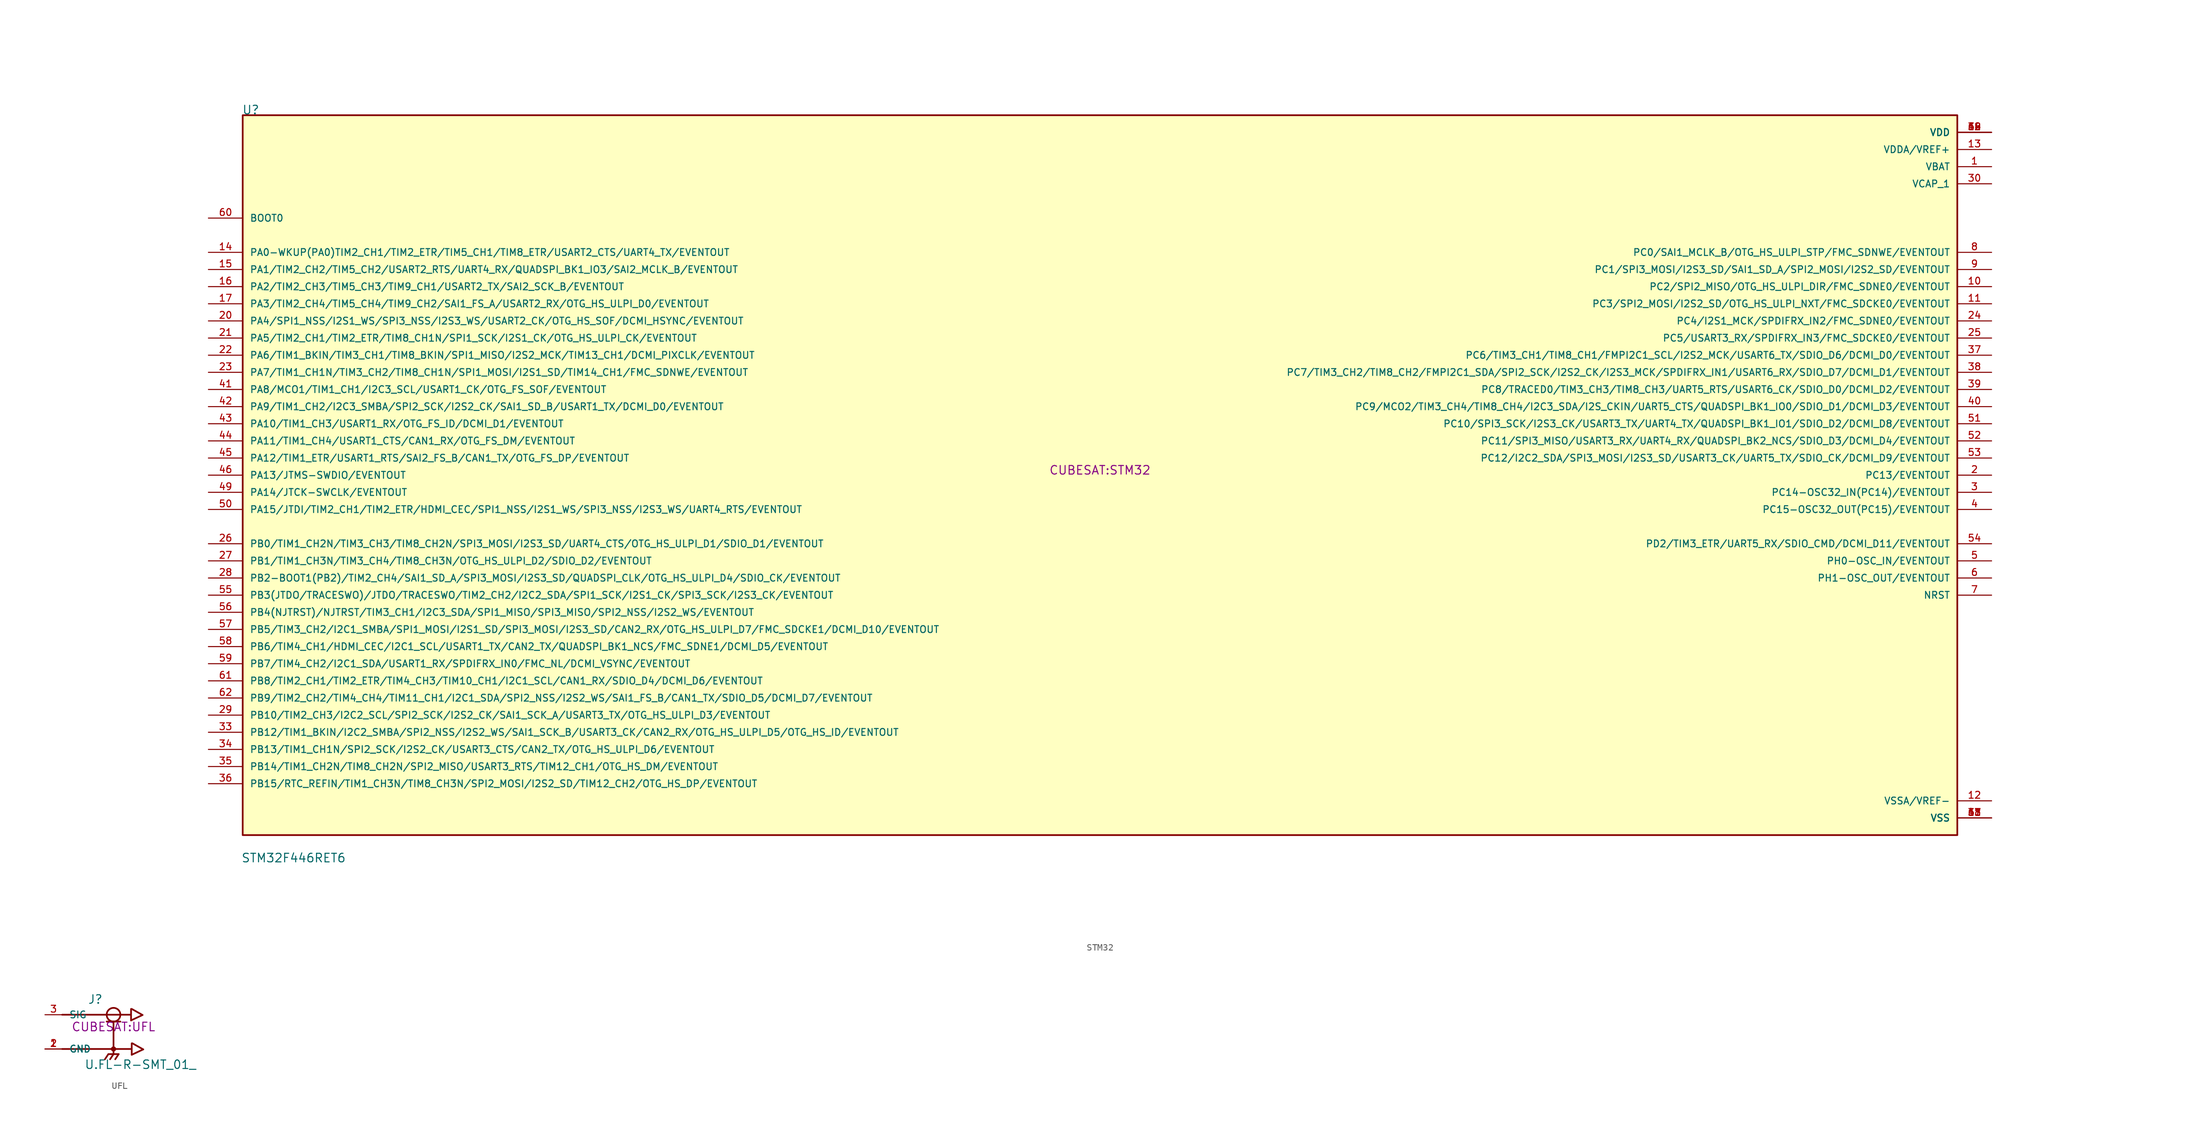
<source format=kicad_sym>
(kicad_symbol_lib
  (version 20220914)
  (generator kicad_symbol_editor)
  (symbol "STM32"
    (pin_names
      (offset 1.016))
    (property "Reference" "U"
      (at -127.107 53.385 0)
      (effects (font (size 1.27 1.27)) (justify left bottom)))
    (property "Value" "STM32F446RET6"
      (at -127.233 -55.983 0)
      (effects (font (size 1.27 1.27)) (justify left top)))
    (property "Footprint" "CUBESAT:STM32"
      (at 0 0 0)
      (effects (font (size 1.27 1.27)) (justify bottom)))
    (symbol "STM32_0_0"
      (rectangle (start -127 53.34) (end 127 -53.34) (stroke (width 0.254) (type default)) (fill (type background)))
      (pin power_in line (at 132.08 45.72 180) (length 5.08) (name "VBAT" (effects (font (size 1.016 1.016)))) (number "1" (effects (font (size 1.016 1.016)))))
      (pin bidirectional line (at 132.08 27.94 180) (length 5.08) (name "PC2/SPI2_MISO/OTG_HS_ULPI_DIR/FMC_SDNE0/EVENTOUT" (effects (font (size 1.016 1.016)))) (number "10" (effects (font (size 1.016 1.016)))))
      (pin bidirectional line (at 132.08 25.4 180) (length 5.08) (name "PC3/SPI2_MOSI/I2S2_SD/OTG_HS_ULPI_NXT/FMC_SDCKE0/EVENTOUT" (effects (font (size 1.016 1.016)))) (number "11" (effects (font (size 1.016 1.016)))))
      (pin power_in line (at 132.08 -48.26 180) (length 5.08) (name "VSSA/VREF-" (effects (font (size 1.016 1.016)))) (number "12" (effects (font (size 1.016 1.016)))))
      (pin power_in line (at 132.08 48.26 180) (length 5.08) (name "VDDA/VREF+" (effects (font (size 1.016 1.016)))) (number "13" (effects (font (size 1.016 1.016)))))
      (pin bidirectional line (at -132.08 33.02 0) (length 5.08) (name "PA0-WKUP(PA0)TIM2_CH1/TIM2_ETR/TIM5_CH1/TIM8_ETR/USART2_CTS/UART4_TX/EVENTOUT" (effects (font (size 1.016 1.016)))) (number "14" (effects (font (size 1.016 1.016)))))
      (pin bidirectional line (at -132.08 30.48 0) (length 5.08) (name "PA1/TIM2_CH2/TIM5_CH2/USART2_RTS/UART4_RX/QUADSPI_BK1_IO3/SAI2_MCLK_B/EVENTOUT" (effects (font (size 1.016 1.016)))) (number "15" (effects (font (size 1.016 1.016)))))
      (pin bidirectional line (at -132.08 27.94 0) (length 5.08) (name "PA2/TIM2_CH3/TIM5_CH3/TIM9_CH1/USART2_TX/SAI2_SCK_B/EVENTOUT" (effects (font (size 1.016 1.016)))) (number "16" (effects (font (size 1.016 1.016)))))
      (pin bidirectional line (at -132.08 25.4 0) (length 5.08) (name "PA3/TIM2_CH4/TIM5_CH4/TIM9_CH2/SAI1_FS_A/USART2_RX/OTG_HS_ULPI_D0/EVENTOUT" (effects (font (size 1.016 1.016)))) (number "17" (effects (font (size 1.016 1.016)))))
      (pin power_in line (at 132.08 -50.8 180) (length 5.08) (name "VSS" (effects (font (size 1.016 1.016)))) (number "18" (effects (font (size 1.016 1.016)))))
      (pin power_in line (at 132.08 50.8 180) (length 5.08) (name "VDD" (effects (font (size 1.016 1.016)))) (number "19" (effects (font (size 1.016 1.016)))))
      (pin bidirectional line (at 132.08 0 180) (length 5.08) (name "PC13/EVENTOUT" (effects (font (size 1.016 1.016)))) (number "2" (effects (font (size 1.016 1.016)))))
      (pin bidirectional line (at -132.08 22.86 0) (length 5.08) (name "PA4/SPI1_NSS/I2S1_WS/SPI3_NSS/I2S3_WS/USART2_CK/OTG_HS_SOF/DCMI_HSYNC/EVENTOUT" (effects (font (size 1.016 1.016)))) (number "20" (effects (font (size 1.016 1.016)))))
      (pin bidirectional line (at -132.08 20.32 0) (length 5.08) (name "PA5/TIM2_CH1/TIM2_ETR/TIM8_CH1N/SPI1_SCK/I2S1_CK/OTG_HS_ULPI_CK/EVENTOUT" (effects (font (size 1.016 1.016)))) (number "21" (effects (font (size 1.016 1.016)))))
      (pin bidirectional line (at -132.08 17.78 0) (length 5.08) (name "PA6/TIM1_BKIN/TIM3_CH1/TIM8_BKIN/SPI1_MISO/I2S2_MCK/TIM13_CH1/DCMI_PIXCLK/EVENTOUT" (effects (font (size 1.016 1.016)))) (number "22" (effects (font (size 1.016 1.016)))))
      (pin bidirectional line (at -132.08 15.24 0) (length 5.08) (name "PA7/TIM1_CH1N/TIM3_CH2/TIM8_CH1N/SPI1_MOSI/I2S1_SD/TIM14_CH1/FMC_SDNWE/EVENTOUT" (effects (font (size 1.016 1.016)))) (number "23" (effects (font (size 1.016 1.016)))))
      (pin bidirectional line (at 132.08 22.86 180) (length 5.08) (name "PC4/I2S1_MCK/SPDIFRX_IN2/FMC_SDNE0/EVENTOUT" (effects (font (size 1.016 1.016)))) (number "24" (effects (font (size 1.016 1.016)))))
      (pin bidirectional line (at 132.08 20.32 180) (length 5.08) (name "PC5/USART3_RX/SPDIFRX_IN3/FMC_SDCKE0/EVENTOUT" (effects (font (size 1.016 1.016)))) (number "25" (effects (font (size 1.016 1.016)))))
      (pin bidirectional line (at -132.08 -10.16 0) (length 5.08) (name "PB0/TIM1_CH2N/TIM3_CH3/TIM8_CH2N/SPI3_MOSI/I2S3_SD/UART4_CTS/OTG_HS_ULPI_D1/SDIO_D1/EVENTOUT" (effects (font (size 1.016 1.016)))) (number "26" (effects (font (size 1.016 1.016)))))
      (pin bidirectional line (at -132.08 -12.7 0) (length 5.08) (name "PB1/TIM1_CH3N/TIM3_CH4/TIM8_CH3N/OTG_HS_ULPI_D2/SDIO_D2/EVENTOUT" (effects (font (size 1.016 1.016)))) (number "27" (effects (font (size 1.016 1.016)))))
      (pin bidirectional line (at -132.08 -15.24 0) (length 5.08) (name "PB2-BOOT1(PB2)/TIM2_CH4/SAI1_SD_A/SPI3_MOSI/I2S3_SD/QUADSPI_CLK/OTG_HS_ULPI_D4/SDIO_CK/EVENTOUT" (effects (font (size 1.016 1.016)))) (number "28" (effects (font (size 1.016 1.016)))))
      (pin bidirectional line (at -132.08 -35.56 0) (length 5.08) (name "PB10/TIM2_CH3/I2C2_SCL/SPI2_SCK/I2S2_CK/SAI1_SCK_A/USART3_TX/OTG_HS_ULPI_D3/EVENTOUT" (effects (font (size 1.016 1.016)))) (number "29" (effects (font (size 1.016 1.016)))))
      (pin bidirectional line (at 132.08 -2.54 180) (length 5.08) (name "PC14-OSC32_IN(PC14)/EVENTOUT" (effects (font (size 1.016 1.016)))) (number "3" (effects (font (size 1.016 1.016)))))
      (pin power_in line (at 132.08 43.18 180) (length 5.08) (name "VCAP_1" (effects (font (size 1.016 1.016)))) (number "30" (effects (font (size 1.016 1.016)))))
      (pin power_in line (at 132.08 -50.8 180) (length 5.08) (name "VSS" (effects (font (size 1.016 1.016)))) (number "31" (effects (font (size 1.016 1.016)))))
      (pin power_in line (at 132.08 50.8 180) (length 5.08) (name "VDD" (effects (font (size 1.016 1.016)))) (number "32" (effects (font (size 1.016 1.016)))))
      (pin bidirectional line (at -132.08 -38.1 0) (length 5.08) (name "PB12/TIM1_BKIN/I2C2_SMBA/SPI2_NSS/I2S2_WS/SAI1_SCK_B/USART3_CK/CAN2_RX/OTG_HS_ULPI_D5/OTG_HS_ID/EVENTOUT" (effects (font (size 1.016 1.016)))) (number "33" (effects (font (size 1.016 1.016)))))
      (pin bidirectional line (at -132.08 -40.64 0) (length 5.08) (name "PB13/TIM1_CH1N/SPI2_SCK/I2S2_CK/USART3_CTS/CAN2_TX/OTG_HS_ULPI_D6/EVENTOUT" (effects (font (size 1.016 1.016)))) (number "34" (effects (font (size 1.016 1.016)))))
      (pin bidirectional line (at -132.08 -43.18 0) (length 5.08) (name "PB14/TIM1_CH2N/TIM8_CH2N/SPI2_MISO/USART3_RTS/TIM12_CH1/OTG_HS_DM/EVENTOUT" (effects (font (size 1.016 1.016)))) (number "35" (effects (font (size 1.016 1.016)))))
      (pin bidirectional line (at -132.08 -45.72 0) (length 5.08) (name "PB15/RTC_REFIN/TIM1_CH3N/TIM8_CH3N/SPI2_MOSI/I2S2_SD/TIM12_CH2/OTG_HS_DP/EVENTOUT" (effects (font (size 1.016 1.016)))) (number "36" (effects (font (size 1.016 1.016)))))
      (pin bidirectional line (at 132.08 17.78 180) (length 5.08) (name "PC6/TIM3_CH1/TIM8_CH1/FMPI2C1_SCL/I2S2_MCK/USART6_TX/SDIO_D6/DCMI_D0/EVENTOUT" (effects (font (size 1.016 1.016)))) (number "37" (effects (font (size 1.016 1.016)))))
      (pin bidirectional line (at 132.08 15.24 180) (length 5.08) (name "PC7/TIM3_CH2/TIM8_CH2/FMPI2C1_SDA/SPI2_SCK/I2S2_CK/I2S3_MCK/SPDIFRX_IN1/USART6_RX/SDIO_D7/DCMI_D1/EVENTOUT" (effects (font (size 1.016 1.016)))) (number "38" (effects (font (size 1.016 1.016)))))
      (pin bidirectional line (at 132.08 12.7 180) (length 5.08) (name "PC8/TRACED0/TIM3_CH3/TIM8_CH3/UART5_RTS/USART6_CK/SDIO_D0/DCMI_D2/EVENTOUT" (effects (font (size 1.016 1.016)))) (number "39" (effects (font (size 1.016 1.016)))))
      (pin bidirectional line (at 132.08 -5.08 180) (length 5.08) (name "PC15-OSC32_OUT(PC15)/EVENTOUT" (effects (font (size 1.016 1.016)))) (number "4" (effects (font (size 1.016 1.016)))))
      (pin bidirectional line (at 132.08 10.16 180) (length 5.08) (name "PC9/MCO2/TIM3_CH4/TIM8_CH4/I2C3_SDA/I2S_CKIN/UART5_CTS/QUADSPI_BK1_IO0/SDIO_D1/DCMI_D3/EVENTOUT" (effects (font (size 1.016 1.016)))) (number "40" (effects (font (size 1.016 1.016)))))
      (pin bidirectional line (at -132.08 12.7 0) (length 5.08) (name "PA8/MCO1/TIM1_CH1/I2C3_SCL/USART1_CK/OTG_FS_SOF/EVENTOUT" (effects (font (size 1.016 1.016)))) (number "41" (effects (font (size 1.016 1.016)))))
      (pin bidirectional line (at -132.08 10.16 0) (length 5.08) (name "PA9/TIM1_CH2/I2C3_SMBA/SPI2_SCK/I2S2_CK/SAI1_SD_B/USART1_TX/DCMI_D0/EVENTOUT" (effects (font (size 1.016 1.016)))) (number "42" (effects (font (size 1.016 1.016)))))
      (pin bidirectional line (at -132.08 7.62 0) (length 5.08) (name "PA10/TIM1_CH3/USART1_RX/OTG_FS_ID/DCMI_D1/EVENTOUT" (effects (font (size 1.016 1.016)))) (number "43" (effects (font (size 1.016 1.016)))))
      (pin bidirectional line (at -132.08 5.08 0) (length 5.08) (name "PA11/TIM1_CH4/USART1_CTS/CAN1_RX/OTG_FS_DM/EVENTOUT" (effects (font (size 1.016 1.016)))) (number "44" (effects (font (size 1.016 1.016)))))
      (pin bidirectional line (at -132.08 2.54 0) (length 5.08) (name "PA12/TIM1_ETR/USART1_RTS/SAI2_FS_B/CAN1_TX/OTG_FS_DP/EVENTOUT" (effects (font (size 1.016 1.016)))) (number "45" (effects (font (size 1.016 1.016)))))
      (pin bidirectional line (at -132.08 0 0) (length 5.08) (name "PA13/JTMS-SWDIO/EVENTOUT" (effects (font (size 1.016 1.016)))) (number "46" (effects (font (size 1.016 1.016)))))
      (pin power_in line (at 132.08 -50.8 180) (length 5.08) (name "VSS" (effects (font (size 1.016 1.016)))) (number "47" (effects (font (size 1.016 1.016)))))
      (pin power_in line (at 132.08 50.8 180) (length 5.08) (name "VDD" (effects (font (size 1.016 1.016)))) (number "48" (effects (font (size 1.016 1.016)))))
      (pin bidirectional line (at -132.08 -2.54 0) (length 5.08) (name "PA14/JTCK-SWCLK/EVENTOUT" (effects (font (size 1.016 1.016)))) (number "49" (effects (font (size 1.016 1.016)))))
      (pin bidirectional line (at 132.08 -12.7 180) (length 5.08) (name "PH0-OSC_IN/EVENTOUT" (effects (font (size 1.016 1.016)))) (number "5" (effects (font (size 1.016 1.016)))))
      (pin bidirectional line (at -132.08 -5.08 0) (length 5.08) (name "PA15/JTDI/TIM2_CH1/TIM2_ETR/HDMI_CEC/SPI1_NSS/I2S1_WS/SPI3_NSS/I2S3_WS/UART4_RTS/EVENTOUT" (effects (font (size 1.016 1.016)))) (number "50" (effects (font (size 1.016 1.016)))))
      (pin bidirectional line (at 132.08 7.62 180) (length 5.08) (name "PC10/SPI3_SCK/I2S3_CK/USART3_TX/UART4_TX/QUADSPI_BK1_IO1/SDIO_D2/DCMI_D8/EVENTOUT" (effects (font (size 1.016 1.016)))) (number "51" (effects (font (size 1.016 1.016)))))
      (pin bidirectional line (at 132.08 5.08 180) (length 5.08) (name "PC11/SPI3_MISO/USART3_RX/UART4_RX/QUADSPI_BK2_NCS/SDIO_D3/DCMI_D4/EVENTOUT" (effects (font (size 1.016 1.016)))) (number "52" (effects (font (size 1.016 1.016)))))
      (pin bidirectional line (at 132.08 2.54 180) (length 5.08) (name "PC12/I2C2_SDA/SPI3_MOSI/I2S3_SD/USART3_CK/UART5_TX/SDIO_CK/DCMI_D9/EVENTOUT" (effects (font (size 1.016 1.016)))) (number "53" (effects (font (size 1.016 1.016)))))
      (pin bidirectional line (at 132.08 -10.16 180) (length 5.08) (name "PD2/TIM3_ETR/UART5_RX/SDIO_CMD/DCMI_D11/EVENTOUT" (effects (font (size 1.016 1.016)))) (number "54" (effects (font (size 1.016 1.016)))))
      (pin bidirectional line (at -132.08 -17.78 0) (length 5.08) (name "PB3(JTDO/TRACESWO)/JTDO/TRACESWO/TIM2_CH2/I2C2_SDA/SPI1_SCK/I2S1_CK/SPI3_SCK/I2S3_CK/EVENTOUT" (effects (font (size 1.016 1.016)))) (number "55" (effects (font (size 1.016 1.016)))))
      (pin bidirectional line (at -132.08 -20.32 0) (length 5.08) (name "PB4(NJTRST)/NJTRST/TIM3_CH1/I2C3_SDA/SPI1_MISO/SPI3_MISO/SPI2_NSS/I2S2_WS/EVENTOUT" (effects (font (size 1.016 1.016)))) (number "56" (effects (font (size 1.016 1.016)))))
      (pin bidirectional line (at -132.08 -22.86 0) (length 5.08) (name "PB5/TIM3_CH2/I2C1_SMBA/SPI1_MOSI/I2S1_SD/SPI3_MOSI/I2S3_SD/CAN2_RX/OTG_HS_ULPI_D7/FMC_SDCKE1/DCMI_D10/EVENTOUT" (effects (font (size 1.016 1.016)))) (number "57" (effects (font (size 1.016 1.016)))))
      (pin bidirectional line (at -132.08 -25.4 0) (length 5.08) (name "PB6/TIM4_CH1/HDMI_CEC/I2C1_SCL/USART1_TX/CAN2_TX/QUADSPI_BK1_NCS/FMC_SDNE1/DCMI_D5/EVENTOUT" (effects (font (size 1.016 1.016)))) (number "58" (effects (font (size 1.016 1.016)))))
      (pin bidirectional line (at -132.08 -27.94 0) (length 5.08) (name "PB7/TIM4_CH2/I2C1_SDA/USART1_RX/SPDIFRX_IN0/FMC_NL/DCMI_VSYNC/EVENTOUT" (effects (font (size 1.016 1.016)))) (number "59" (effects (font (size 1.016 1.016)))))
      (pin bidirectional line (at 132.08 -15.24 180) (length 5.08) (name "PH1-OSC_OUT/EVENTOUT" (effects (font (size 1.016 1.016)))) (number "6" (effects (font (size 1.016 1.016)))))
      (pin input line (at -132.08 38.1 0) (length 5.08) (name "BOOT0" (effects (font (size 1.016 1.016)))) (number "60" (effects (font (size 1.016 1.016)))))
      (pin bidirectional line (at -132.08 -30.48 0) (length 5.08) (name "PB8/TIM2_CH1/TIM2_ETR/TIM4_CH3/TIM10_CH1/I2C1_SCL/CAN1_RX/SDIO_D4/DCMI_D6/EVENTOUT" (effects (font (size 1.016 1.016)))) (number "61" (effects (font (size 1.016 1.016)))))
      (pin bidirectional line (at -132.08 -33.02 0) (length 5.08) (name "PB9/TIM2_CH2/TIM4_CH4/TIM11_CH1/I2C1_SDA/SPI2_NSS/I2S2_WS/SAI1_FS_B/CAN1_TX/SDIO_D5/DCMI_D7/EVENTOUT" (effects (font (size 1.016 1.016)))) (number "62" (effects (font (size 1.016 1.016)))))
      (pin power_in line (at 132.08 -50.8 180) (length 5.08) (name "VSS" (effects (font (size 1.016 1.016)))) (number "63" (effects (font (size 1.016 1.016)))))
      (pin power_in line (at 132.08 50.8 180) (length 5.08) (name "VDD" (effects (font (size 1.016 1.016)))) (number "64" (effects (font (size 1.016 1.016)))))
      (pin bidirectional line (at 132.08 -17.78 180) (length 5.08) (name "NRST" (effects (font (size 1.016 1.016)))) (number "7" (effects (font (size 1.016 1.016)))))
      (pin bidirectional line (at 132.08 33.02 180) (length 5.08) (name "PC0/SAI1_MCLK_B/OTG_HS_ULPI_STP/FMC_SDNWE/EVENTOUT" (effects (font (size 1.016 1.016)))) (number "8" (effects (font (size 1.016 1.016)))))
      (pin bidirectional line (at 132.08 30.48 180) (length 5.08) (name "PC1/SPI3_MOSI/I2S3_SD/SAI1_SD_A/SPI2_MOSI/I2S2_SD/EVENTOUT" (effects (font (size 1.016 1.016)))) (number "9" (effects (font (size 1.016 1.016)))))))
  (symbol "UFL"
    (pin_names
      (offset 1.016))
    (property "Reference" "J"
      (at -3.819 4.073 0)
      (effects (font (size 1.27 1.27)) (justify left bottom)))
    (property "Value" "U.FL-R-SMT_01_"
      (at -4.328 -5.601 0)
      (effects (font (size 1.27 1.27)) (justify left bottom)))
    (property "Footprint" "CUBESAT:UFL"
      (at 0 0 0)
      (effects (font (size 1.27 1.27)) (justify bottom)))
    (symbol "UFL_0_0"
      (circle (center 0 -2.54) (radius 0.254) (stroke (width 0.254) (type default)) (fill (type none)))
      (polyline (pts (xy -7.62 -2.54) (xy 0 -2.54)) (stroke (width 0.254) (type default)) (fill (type none)))
      (polyline (pts (xy -7.62 2.54) (xy 2.54 2.54)) (stroke (width 0.254) (type default)) (fill (type none)))
      (polyline (pts (xy -1.016 1.524) (xy 0 1.524)) (stroke (width 0.254) (type default)) (fill (type none)))
      (polyline (pts (xy -0.762 -3.302) (xy -1.27 -4.064)) (stroke (width 0.254) (type default)) (fill (type none)))
      (polyline (pts (xy 0 -3.302) (xy -0.762 -3.302)) (stroke (width 0.254) (type default)) (fill (type none)))
      (polyline (pts (xy 0 -3.302) (xy -0.508 -4.064)) (stroke (width 0.254) (type default)) (fill (type none)))
      (polyline (pts (xy 0 -3.302) (xy 0.762 -3.302)) (stroke (width 0.254) (type default)) (fill (type none)))
      (polyline (pts (xy 0 -2.54) (xy 0 -3.302)) (stroke (width 0.254) (type default)) (fill (type none)))
      (polyline (pts (xy 0 1.524) (xy 0 -2.54)) (stroke (width 0.254) (type default)) (fill (type none)))
      (polyline (pts (xy 0 1.524) (xy 1.016 1.524)) (stroke (width 0.254) (type default)) (fill (type none)))
      (polyline (pts (xy 0.762 -3.302) (xy 0.254 -4.064)) (stroke (width 0.254) (type default)) (fill (type none)))
      (polyline (pts (xy 2.54 -2.54) (xy 0 -2.54)) (stroke (width 0.254) (type default)) (fill (type none)))
      (polyline (pts (xy 2.6 1.7) (xy 4.3 2.5)) (stroke (width 0.254) (type default)) (fill (type none)))
      (polyline (pts (xy 2.6 3.4) (xy 2.6 1.7)) (stroke (width 0.254) (type default)) (fill (type none)))
      (polyline (pts (xy 2.7 -3.4) (xy 4.4 -2.6)) (stroke (width 0.254) (type default)) (fill (type none)))
      (polyline (pts (xy 2.7 -1.7) (xy 2.7 -3.4)) (stroke (width 0.254) (type default)) (fill (type none)))
      (polyline (pts (xy 4.3 2.5) (xy 2.7 3.4)) (stroke (width 0.254) (type default)) (fill (type none)))
      (polyline (pts (xy 4.4 -2.6) (xy 2.8 -1.7)) (stroke (width 0.254) (type default)) (fill (type none)))
      (circle (center 0 2.54) (radius 1.016) (stroke (width 0.254) (type default)) (fill (type none)))
      (pin passive line (at -10.16 -2.54 0) (length 2.54) (name "GND" (effects (font (size 1.016 1.016)))) (number "1" (effects (font (size 1.016 1.016)))))
      (pin passive line (at -10.16 -2.54 0) (length 2.54) (name "GND" (effects (font (size 1.016 1.016)))) (number "2" (effects (font (size 1.016 1.016)))))
      (pin passive line (at -10.16 2.54 0) (length 2.54) (name "SIG" (effects (font (size 1.016 1.016)))) (number "3" (effects (font (size 1.016 1.016))))))))
</source>
